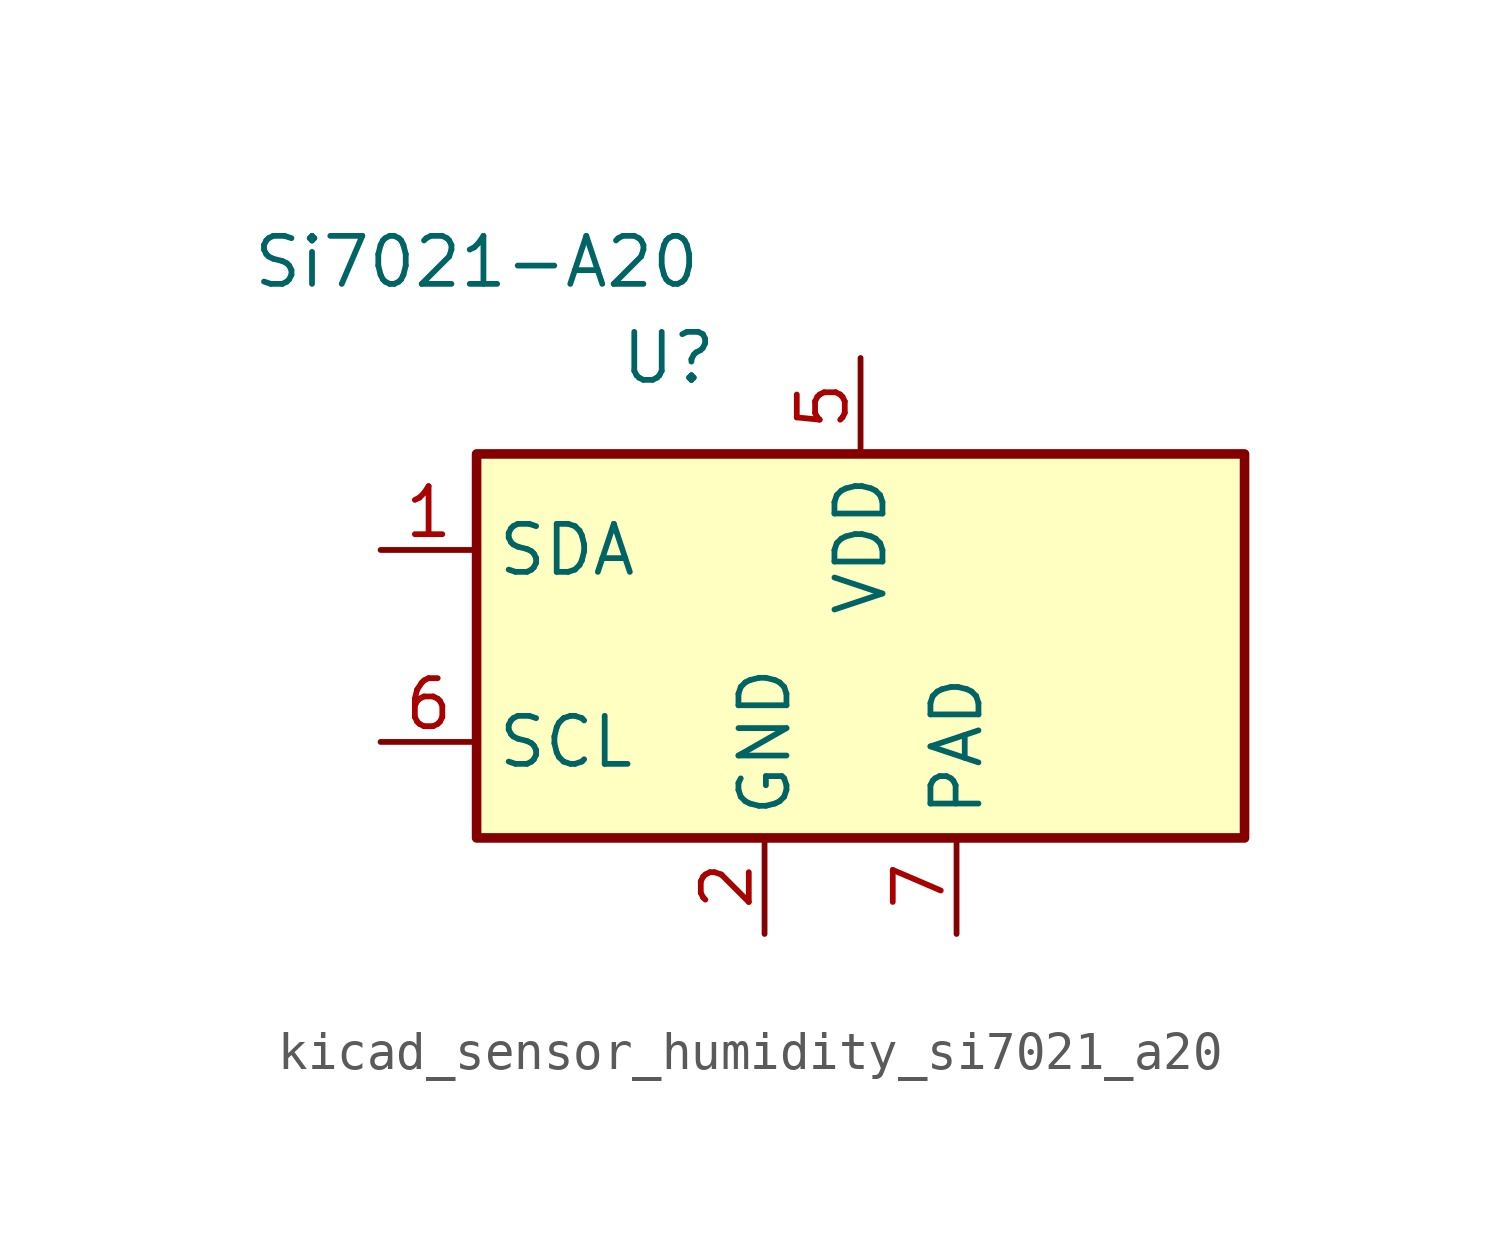
<source format=kicad_sym>
(kicad_symbol_lib
  (version 20220914)
  (generator kicad_symbol_editor)
  (symbol "kicad_sensor_humidity_si7021_a20"
    (property "Reference" "U"
      (at -5.08 7.62 0)
      (effects (font (size 1.27 1.27))))
    (property "Value" "Si7021-A20"
      (at -10.16 10.16 0)
      (effects (font (size 1.27 1.27))))
    (symbol "kicad_sensor_humidity_si7021_a20_0_1"
      (rectangle (start -10.16 5.08) (end 10.16 -5.08) (stroke (width 0.254) (type default)) (fill (type background))))
    (symbol "kicad_sensor_humidity_si7021_a20_1_1"
      (pin bidirectional line (at -12.7 2.54 0) (length 2.54) (name "SDA" (effects (font (size 1.27 1.27)))) (number "1" (effects (font (size 1.27 1.27)))))
      (pin power_in line (at -2.54 -7.62 90) (length 2.54) (name "GND" (effects (font (size 1.27 1.27)))) (number "2" (effects (font (size 1.27 1.27)))))
      (pin no_connect line (at 10.16 2.54 180) (length 2.54) hide (name "NC" (effects (font (size 1.27 1.27)))) (number "3" (effects (font (size 1.27 1.27)))))
      (pin no_connect line (at 10.16 -2.54 180) (length 2.54) hide (name "NC" (effects (font (size 1.27 1.27)))) (number "4" (effects (font (size 1.27 1.27)))))
      (pin power_in line (at 0 7.62 270) (length 2.54) (name "VDD" (effects (font (size 1.27 1.27)))) (number "5" (effects (font (size 1.27 1.27)))))
      (pin input line (at -12.7 -2.54 0) (length 2.54) (name "SCL" (effects (font (size 1.27 1.27)))) (number "6" (effects (font (size 1.27 1.27)))))
      (pin passive line (at 2.54 -7.62 90) (length 2.54) (name "PAD" (effects (font (size 1.27 1.27)))) (number "7" (effects (font (size 1.27 1.27))))))))
</source>
